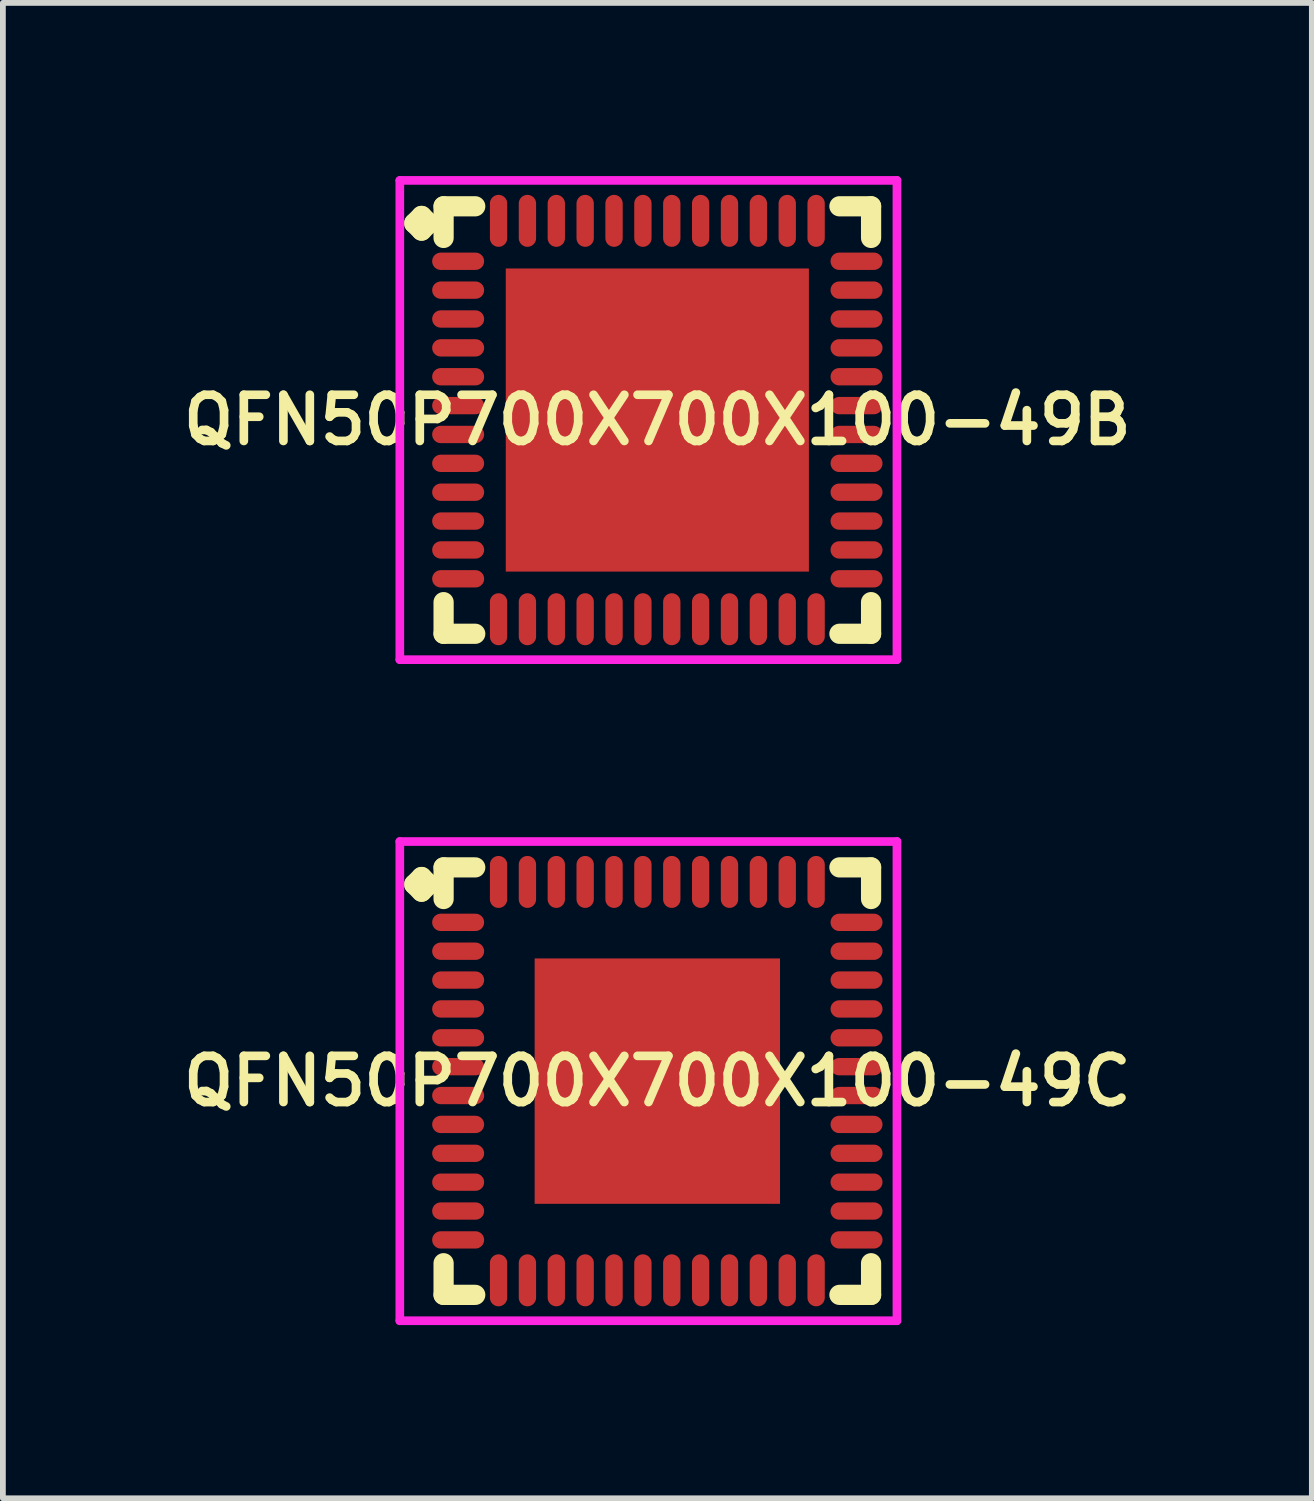
<source format=kicad_pcb>
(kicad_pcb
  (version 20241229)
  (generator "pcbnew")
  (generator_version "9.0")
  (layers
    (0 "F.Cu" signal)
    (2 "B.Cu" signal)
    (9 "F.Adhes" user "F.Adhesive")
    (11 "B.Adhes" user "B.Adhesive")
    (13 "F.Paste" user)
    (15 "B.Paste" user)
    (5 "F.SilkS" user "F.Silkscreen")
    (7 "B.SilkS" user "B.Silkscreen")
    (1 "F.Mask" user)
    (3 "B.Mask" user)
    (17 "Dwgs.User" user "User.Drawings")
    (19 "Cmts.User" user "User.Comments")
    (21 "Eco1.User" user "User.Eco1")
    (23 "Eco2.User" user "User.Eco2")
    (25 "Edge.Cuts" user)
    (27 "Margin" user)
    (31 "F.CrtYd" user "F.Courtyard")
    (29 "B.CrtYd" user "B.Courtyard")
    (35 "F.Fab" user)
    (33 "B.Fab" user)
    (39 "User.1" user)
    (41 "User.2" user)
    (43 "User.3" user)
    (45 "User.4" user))
  (footprint "QFN50P700X700X100-49C"
    (layer "F.Cu")
    (at 8.335 15.675)
    (property "Reference" "QFN50P700X700X100-49C" (at 0 0 0) (layer "F.SilkS") (effects (font (size 0.8 0.8) (thickness 0.15))))
    (attr smd)
    (fp_line (start -4.21 -3.408) (end -4.083 -3.535) (stroke (width 0.35) (type solid)) (layer "F.SilkS"))
    (fp_line (start -4.083 -3.535) (end -3.956 -3.408) (stroke (width 0.35) (type solid)) (layer "F.SilkS"))
    (fp_line (start -4.083 -3.281) (end -4.21 -3.408) (stroke (width 0.35) (type solid)) (layer "F.SilkS"))
    (fp_line (start -3.956 -3.408) (end -4.083 -3.281) (stroke (width 0.35) (type solid)) (layer "F.SilkS"))
    (fp_line (start -3.702 -3.702) (end -3.154 -3.702) (stroke (width 0.35) (type solid)) (layer "F.SilkS"))
    (fp_line (start -3.702 -3.154) (end -3.702 -3.702) (stroke (width 0.35) (type solid)) (layer "F.SilkS"))
    (fp_line (start -3.702 3.154) (end -3.702 3.702) (stroke (width 0.35) (type solid)) (layer "F.SilkS"))
    (fp_line (start -3.702 3.702) (end -3.154 3.702) (stroke (width 0.35) (type solid)) (layer "F.SilkS"))
    (fp_line (start 3.154 -3.702) (end 3.702 -3.702) (stroke (width 0.35) (type solid)) (layer "F.SilkS"))
    (fp_line (start 3.154 3.702) (end 3.702 3.702) (stroke (width 0.35) (type solid)) (layer "F.SilkS"))
    (fp_line (start 3.702 -3.702) (end 3.702 -3.154) (stroke (width 0.35) (type solid)) (layer "F.SilkS"))
    (fp_line (start 3.702 3.702) (end 3.702 3.154) (stroke (width 0.35) (type solid)) (layer "F.SilkS"))
    (fp_line (start -4.46 -4.15) (end 4.15 -4.15) (stroke (width 0.15) (type solid)) (layer "F.CrtYd"))
    (fp_line (start -4.46 4.15) (end -4.46 -4.15) (stroke (width 0.15) (type solid)) (layer "F.CrtYd"))
    (fp_line (start 4.15 -4.15) (end 4.15 4.15) (stroke (width 0.15) (type solid)) (layer "F.CrtYd"))
    (fp_line (start 4.15 4.15) (end -4.46 4.15) (stroke (width 0.15) (type solid)) (layer "F.CrtYd"))
    (pad "1" smd oval (at -3.45 -2.75) (size 0.9 0.3) (layers "F.Cu" "F.Mask" "F.Paste"))
    (pad "2" smd oval (at -3.45 -2.25) (size 0.9 0.3) (layers "F.Cu" "F.Mask" "F.Paste"))
    (pad "3" smd oval (at -3.45 -1.75) (size 0.9 0.3) (layers "F.Cu" "F.Mask" "F.Paste"))
    (pad "4" smd oval (at -3.45 -1.25) (size 0.9 0.3) (layers "F.Cu" "F.Mask" "F.Paste"))
    (pad "5" smd oval (at -3.45 -0.75) (size 0.9 0.3) (layers "F.Cu" "F.Mask" "F.Paste"))
    (pad "6" smd oval (at -3.45 -0.25) (size 0.9 0.3) (layers "F.Cu" "F.Mask" "F.Paste"))
    (pad "7" smd oval (at -3.45 0.25) (size 0.9 0.3) (layers "F.Cu" "F.Mask" "F.Paste"))
    (pad "8" smd oval (at -3.45 0.75) (size 0.9 0.3) (layers "F.Cu" "F.Mask" "F.Paste"))
    (pad "9" smd oval (at -3.45 1.25) (size 0.9 0.3) (layers "F.Cu" "F.Mask" "F.Paste"))
    (pad "10" smd oval (at -3.45 1.75) (size 0.9 0.3) (layers "F.Cu" "F.Mask" "F.Paste"))
    (pad "11" smd oval (at -3.45 2.25) (size 0.9 0.3) (layers "F.Cu" "F.Mask" "F.Paste"))
    (pad "12" smd oval (at -3.45 2.75) (size 0.9 0.3) (layers "F.Cu" "F.Mask" "F.Paste"))
    (pad "13" smd oval (at -2.75 3.45) (size 0.3 0.9) (layers "F.Cu" "F.Mask" "F.Paste"))
    (pad "14" smd oval (at -2.25 3.45) (size 0.3 0.9) (layers "F.Cu" "F.Mask" "F.Paste"))
    (pad "15" smd oval (at -1.75 3.45) (size 0.3 0.9) (layers "F.Cu" "F.Mask" "F.Paste"))
    (pad "16" smd oval (at -1.25 3.45) (size 0.3 0.9) (layers "F.Cu" "F.Mask" "F.Paste"))
    (pad "17" smd oval (at -0.75 3.45) (size 0.3 0.9) (layers "F.Cu" "F.Mask" "F.Paste"))
    (pad "18" smd oval (at -0.25 3.45) (size 0.3 0.9) (layers "F.Cu" "F.Mask" "F.Paste"))
    (pad "19" smd oval (at 0.25 3.45) (size 0.3 0.9) (layers "F.Cu" "F.Mask" "F.Paste"))
    (pad "20" smd oval (at 0.75 3.45) (size 0.3 0.9) (layers "F.Cu" "F.Mask" "F.Paste"))
    (pad "21" smd oval (at 1.25 3.45) (size 0.3 0.9) (layers "F.Cu" "F.Mask" "F.Paste"))
    (pad "22" smd oval (at 1.75 3.45) (size 0.3 0.9) (layers "F.Cu" "F.Mask" "F.Paste"))
    (pad "23" smd oval (at 2.25 3.45) (size 0.3 0.9) (layers "F.Cu" "F.Mask" "F.Paste"))
    (pad "24" smd oval (at 2.75 3.45) (size 0.3 0.9) (layers "F.Cu" "F.Mask" "F.Paste"))
    (pad "25" smd oval (at 3.45 2.75) (size 0.9 0.3) (layers "F.Cu" "F.Mask" "F.Paste"))
    (pad "26" smd oval (at 3.45 2.25) (size 0.9 0.3) (layers "F.Cu" "F.Mask" "F.Paste"))
    (pad "27" smd oval (at 3.45 1.75) (size 0.9 0.3) (layers "F.Cu" "F.Mask" "F.Paste"))
    (pad "28" smd oval (at 3.45 1.25) (size 0.9 0.3) (layers "F.Cu" "F.Mask" "F.Paste"))
    (pad "29" smd oval (at 3.45 0.75) (size 0.9 0.3) (layers "F.Cu" "F.Mask" "F.Paste"))
    (pad "30" smd oval (at 3.45 0.25) (size 0.9 0.3) (layers "F.Cu" "F.Mask" "F.Paste"))
    (pad "31" smd oval (at 3.45 -0.25) (size 0.9 0.3) (layers "F.Cu" "F.Mask" "F.Paste"))
    (pad "32" smd oval (at 3.45 -0.75) (size 0.9 0.3) (layers "F.Cu" "F.Mask" "F.Paste"))
    (pad "33" smd oval (at 3.45 -1.25) (size 0.9 0.3) (layers "F.Cu" "F.Mask" "F.Paste"))
    (pad "34" smd oval (at 3.45 -1.75) (size 0.9 0.3) (layers "F.Cu" "F.Mask" "F.Paste"))
    (pad "35" smd oval (at 3.45 -2.25) (size 0.9 0.3) (layers "F.Cu" "F.Mask" "F.Paste"))
    (pad "36" smd oval (at 3.45 -2.75) (size 0.9 0.3) (layers "F.Cu" "F.Mask" "F.Paste"))
    (pad "37" smd oval (at 2.75 -3.45) (size 0.3 0.9) (layers "F.Cu" "F.Mask" "F.Paste"))
    (pad "38" smd oval (at 2.25 -3.45) (size 0.3 0.9) (layers "F.Cu" "F.Mask" "F.Paste"))
    (pad "39" smd oval (at 1.75 -3.45) (size 0.3 0.9) (layers "F.Cu" "F.Mask" "F.Paste"))
    (pad "40" smd oval (at 1.25 -3.45) (size 0.3 0.9) (layers "F.Cu" "F.Mask" "F.Paste"))
    (pad "41" smd oval (at 0.75 -3.45) (size 0.3 0.9) (layers "F.Cu" "F.Mask" "F.Paste"))
    (pad "42" smd oval (at 0.25 -3.45) (size 0.3 0.9) (layers "F.Cu" "F.Mask" "F.Paste"))
    (pad "43" smd oval (at -0.25 -3.45) (size 0.3 0.9) (layers "F.Cu" "F.Mask" "F.Paste"))
    (pad "44" smd oval (at -0.75 -3.45) (size 0.3 0.9) (layers "F.Cu" "F.Mask" "F.Paste"))
    (pad "45" smd oval (at -1.25 -3.45) (size 0.3 0.9) (layers "F.Cu" "F.Mask" "F.Paste"))
    (pad "46" smd oval (at -1.75 -3.45) (size 0.3 0.9) (layers "F.Cu" "F.Mask" "F.Paste"))
    (pad "47" smd oval (at -2.25 -3.45) (size 0.3 0.9) (layers "F.Cu" "F.Mask" "F.Paste"))
    (pad "48" smd oval (at -2.75 -3.45) (size 0.3 0.9) (layers "F.Cu" "F.Mask" "F.Paste"))
    (pad "49" smd rect (at 0 0) (size 4.25 4.25) (layers "F.Cu" "F.Mask" "F.Paste")))
  (footprint "QFN50P700X700X100-49B"
    (layer "F.Cu")
    (at 8.335 4.225)
    (property "Reference" "QFN50P700X700X100-49B" (at 0 0 0) (layer "F.SilkS") (effects (font (size 0.8 0.8) (thickness 0.15))))
    (attr smd)
    (fp_line (start -4.21 -3.408) (end -4.083 -3.535) (stroke (width 0.35) (type solid)) (layer "F.SilkS"))
    (fp_line (start -4.083 -3.535) (end -3.956 -3.408) (stroke (width 0.35) (type solid)) (layer "F.SilkS"))
    (fp_line (start -4.083 -3.281) (end -4.21 -3.408) (stroke (width 0.35) (type solid)) (layer "F.SilkS"))
    (fp_line (start -3.956 -3.408) (end -4.083 -3.281) (stroke (width 0.35) (type solid)) (layer "F.SilkS"))
    (fp_line (start -3.702 -3.702) (end -3.154 -3.702) (stroke (width 0.35) (type solid)) (layer "F.SilkS"))
    (fp_line (start -3.702 -3.154) (end -3.702 -3.702) (stroke (width 0.35) (type solid)) (layer "F.SilkS"))
    (fp_line (start -3.702 3.154) (end -3.702 3.702) (stroke (width 0.35) (type solid)) (layer "F.SilkS"))
    (fp_line (start -3.702 3.702) (end -3.154 3.702) (stroke (width 0.35) (type solid)) (layer "F.SilkS"))
    (fp_line (start 3.154 -3.702) (end 3.702 -3.702) (stroke (width 0.35) (type solid)) (layer "F.SilkS"))
    (fp_line (start 3.154 3.702) (end 3.702 3.702) (stroke (width 0.35) (type solid)) (layer "F.SilkS"))
    (fp_line (start 3.702 -3.702) (end 3.702 -3.154) (stroke (width 0.35) (type solid)) (layer "F.SilkS"))
    (fp_line (start 3.702 3.702) (end 3.702 3.154) (stroke (width 0.35) (type solid)) (layer "F.SilkS"))
    (fp_line (start -4.46 -4.15) (end 4.15 -4.15) (stroke (width 0.15) (type solid)) (layer "F.CrtYd"))
    (fp_line (start -4.46 4.15) (end -4.46 -4.15) (stroke (width 0.15) (type solid)) (layer "F.CrtYd"))
    (fp_line (start 4.15 -4.15) (end 4.15 4.15) (stroke (width 0.15) (type solid)) (layer "F.CrtYd"))
    (fp_line (start 4.15 4.15) (end -4.46 4.15) (stroke (width 0.15) (type solid)) (layer "F.CrtYd"))
    (pad "1" smd oval (at -3.45 -2.75) (size 0.9 0.3) (layers "F.Cu" "F.Mask" "F.Paste"))
    (pad "2" smd oval (at -3.45 -2.25) (size 0.9 0.3) (layers "F.Cu" "F.Mask" "F.Paste"))
    (pad "3" smd oval (at -3.45 -1.75) (size 0.9 0.3) (layers "F.Cu" "F.Mask" "F.Paste"))
    (pad "4" smd oval (at -3.45 -1.25) (size 0.9 0.3) (layers "F.Cu" "F.Mask" "F.Paste"))
    (pad "5" smd oval (at -3.45 -0.75) (size 0.9 0.3) (layers "F.Cu" "F.Mask" "F.Paste"))
    (pad "6" smd oval (at -3.45 -0.25) (size 0.9 0.3) (layers "F.Cu" "F.Mask" "F.Paste"))
    (pad "7" smd oval (at -3.45 0.25) (size 0.9 0.3) (layers "F.Cu" "F.Mask" "F.Paste"))
    (pad "8" smd oval (at -3.45 0.75) (size 0.9 0.3) (layers "F.Cu" "F.Mask" "F.Paste"))
    (pad "9" smd oval (at -3.45 1.25) (size 0.9 0.3) (layers "F.Cu" "F.Mask" "F.Paste"))
    (pad "10" smd oval (at -3.45 1.75) (size 0.9 0.3) (layers "F.Cu" "F.Mask" "F.Paste"))
    (pad "11" smd oval (at -3.45 2.25) (size 0.9 0.3) (layers "F.Cu" "F.Mask" "F.Paste"))
    (pad "12" smd oval (at -3.45 2.75) (size 0.9 0.3) (layers "F.Cu" "F.Mask" "F.Paste"))
    (pad "13" smd oval (at -2.75 3.45) (size 0.3 0.9) (layers "F.Cu" "F.Mask" "F.Paste"))
    (pad "14" smd oval (at -2.25 3.45) (size 0.3 0.9) (layers "F.Cu" "F.Mask" "F.Paste"))
    (pad "15" smd oval (at -1.75 3.45) (size 0.3 0.9) (layers "F.Cu" "F.Mask" "F.Paste"))
    (pad "16" smd oval (at -1.25 3.45) (size 0.3 0.9) (layers "F.Cu" "F.Mask" "F.Paste"))
    (pad "17" smd oval (at -0.75 3.45) (size 0.3 0.9) (layers "F.Cu" "F.Mask" "F.Paste"))
    (pad "18" smd oval (at -0.25 3.45) (size 0.3 0.9) (layers "F.Cu" "F.Mask" "F.Paste"))
    (pad "19" smd oval (at 0.25 3.45) (size 0.3 0.9) (layers "F.Cu" "F.Mask" "F.Paste"))
    (pad "20" smd oval (at 0.75 3.45) (size 0.3 0.9) (layers "F.Cu" "F.Mask" "F.Paste"))
    (pad "21" smd oval (at 1.25 3.45) (size 0.3 0.9) (layers "F.Cu" "F.Mask" "F.Paste"))
    (pad "22" smd oval (at 1.75 3.45) (size 0.3 0.9) (layers "F.Cu" "F.Mask" "F.Paste"))
    (pad "23" smd oval (at 2.25 3.45) (size 0.3 0.9) (layers "F.Cu" "F.Mask" "F.Paste"))
    (pad "24" smd oval (at 2.75 3.45) (size 0.3 0.9) (layers "F.Cu" "F.Mask" "F.Paste"))
    (pad "25" smd oval (at 3.45 2.75) (size 0.9 0.3) (layers "F.Cu" "F.Mask" "F.Paste"))
    (pad "26" smd oval (at 3.45 2.25) (size 0.9 0.3) (layers "F.Cu" "F.Mask" "F.Paste"))
    (pad "27" smd oval (at 3.45 1.75) (size 0.9 0.3) (layers "F.Cu" "F.Mask" "F.Paste"))
    (pad "28" smd oval (at 3.45 1.25) (size 0.9 0.3) (layers "F.Cu" "F.Mask" "F.Paste"))
    (pad "29" smd oval (at 3.45 0.75) (size 0.9 0.3) (layers "F.Cu" "F.Mask" "F.Paste"))
    (pad "30" smd oval (at 3.45 0.25) (size 0.9 0.3) (layers "F.Cu" "F.Mask" "F.Paste"))
    (pad "31" smd oval (at 3.45 -0.25) (size 0.9 0.3) (layers "F.Cu" "F.Mask" "F.Paste"))
    (pad "32" smd oval (at 3.45 -0.75) (size 0.9 0.3) (layers "F.Cu" "F.Mask" "F.Paste"))
    (pad "33" smd oval (at 3.45 -1.25) (size 0.9 0.3) (layers "F.Cu" "F.Mask" "F.Paste"))
    (pad "34" smd oval (at 3.45 -1.75) (size 0.9 0.3) (layers "F.Cu" "F.Mask" "F.Paste"))
    (pad "35" smd oval (at 3.45 -2.25) (size 0.9 0.3) (layers "F.Cu" "F.Mask" "F.Paste"))
    (pad "36" smd oval (at 3.45 -2.75) (size 0.9 0.3) (layers "F.Cu" "F.Mask" "F.Paste"))
    (pad "37" smd oval (at 2.75 -3.45) (size 0.3 0.9) (layers "F.Cu" "F.Mask" "F.Paste"))
    (pad "38" smd oval (at 2.25 -3.45) (size 0.3 0.9) (layers "F.Cu" "F.Mask" "F.Paste"))
    (pad "39" smd oval (at 1.75 -3.45) (size 0.3 0.9) (layers "F.Cu" "F.Mask" "F.Paste"))
    (pad "40" smd oval (at 1.25 -3.45) (size 0.3 0.9) (layers "F.Cu" "F.Mask" "F.Paste"))
    (pad "41" smd oval (at 0.75 -3.45) (size 0.3 0.9) (layers "F.Cu" "F.Mask" "F.Paste"))
    (pad "42" smd oval (at 0.25 -3.45) (size 0.3 0.9) (layers "F.Cu" "F.Mask" "F.Paste"))
    (pad "43" smd oval (at -0.25 -3.45) (size 0.3 0.9) (layers "F.Cu" "F.Mask" "F.Paste"))
    (pad "44" smd oval (at -0.75 -3.45) (size 0.3 0.9) (layers "F.Cu" "F.Mask" "F.Paste"))
    (pad "45" smd oval (at -1.25 -3.45) (size 0.3 0.9) (layers "F.Cu" "F.Mask" "F.Paste"))
    (pad "46" smd oval (at -1.75 -3.45) (size 0.3 0.9) (layers "F.Cu" "F.Mask" "F.Paste"))
    (pad "47" smd oval (at -2.25 -3.45) (size 0.3 0.9) (layers "F.Cu" "F.Mask" "F.Paste"))
    (pad "48" smd oval (at -2.75 -3.45) (size 0.3 0.9) (layers "F.Cu" "F.Mask" "F.Paste"))
    (pad "49" smd rect (at 0 0) (size 5.25 5.25) (layers "F.Cu" "F.Mask" "F.Paste")))
  (gr_rect
    (start -3 -3)
    (end 19.671 22.9)
    (stroke (width 0.1) (type default))
    (fill no)
    (layer "Edge.Cuts")))
</source>
